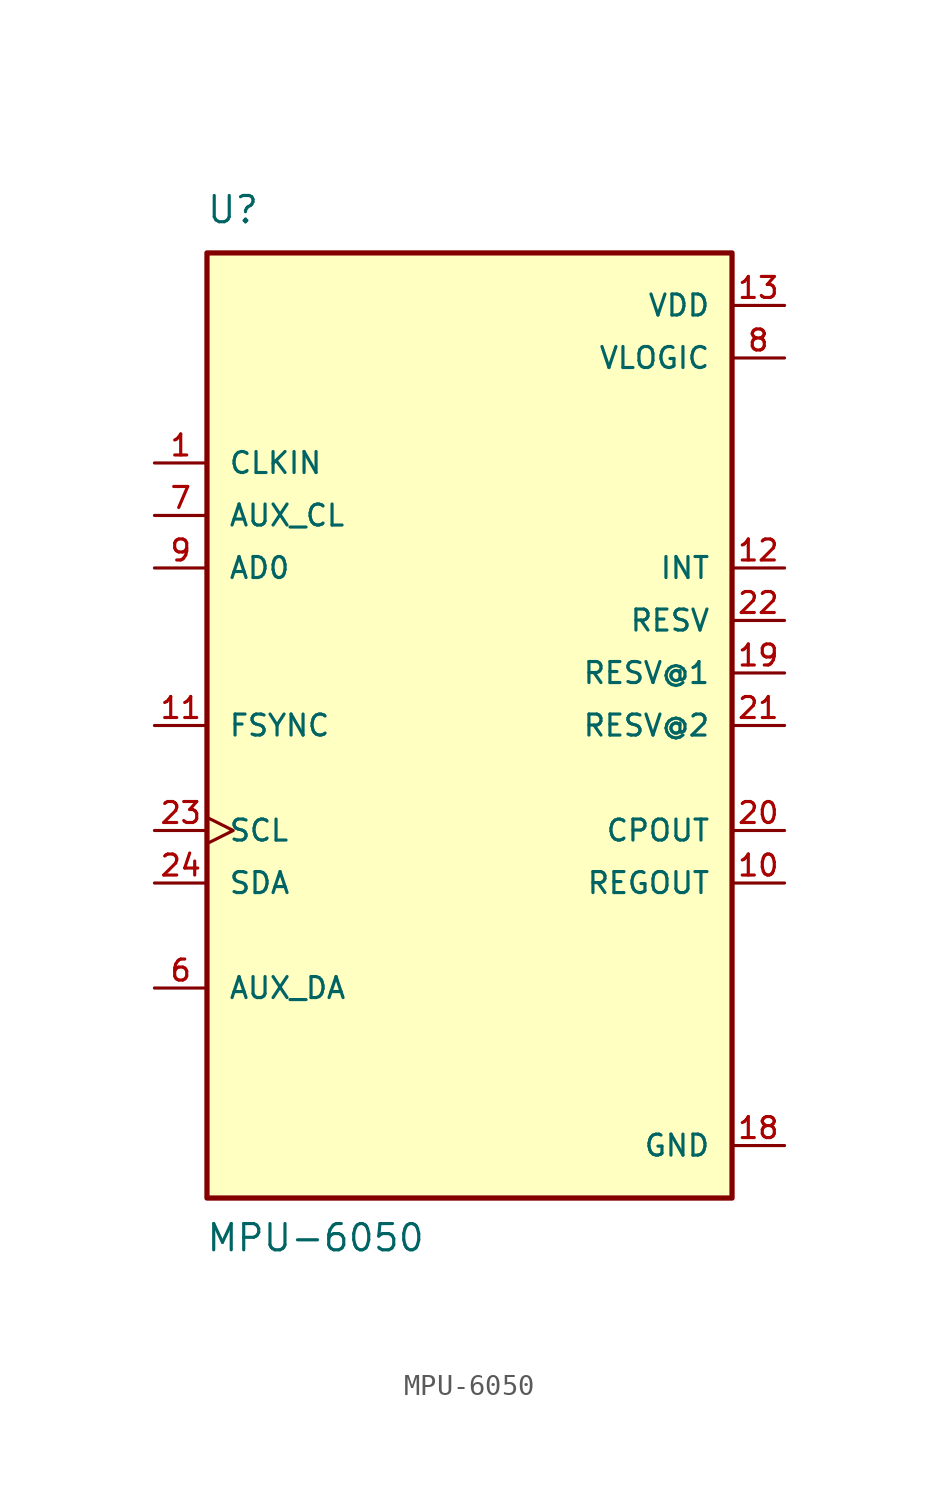
<source format=kicad_sym>
(kicad_symbol_lib
  (version 20211014)
  (generator kicad_symbol_editor)
  (symbol "MPU-6050"
    (pin_names
      (offset 1.016))
    (property "Reference" "U"
      (at -12.751 24.206 0)
      (effects (font (size 1.27 1.27)) (justify left bottom)))
    (property "Value" "MPU-6050"
      (at -12.776 -25.527 0)
      (effects (font (size 1.27 1.27)) (justify left bottom)))
    (property "ki_locked" ""
      (at 0 0 0)
      (effects (font (size 1.27 1.27))))
    (symbol "MPU-6050_0_0"
      (rectangle (start -12.7 -22.86) (end 12.7 22.86) (stroke (width 0.254) (type default) (color 0 0 0 0)) (fill (type background)))
      (pin input line (at -15.24 12.7 0) (length 2.54) (name "CLKIN" (effects (font (size 1.016 1.016)))) (number "1" (effects (font (size 1.016 1.016)))))
      (pin passive line (at 15.24 -7.62 180) (length 2.54) (name "REGOUT" (effects (font (size 1.016 1.016)))) (number "10" (effects (font (size 1.016 1.016)))))
      (pin input line (at -15.24 0 0) (length 2.54) (name "FSYNC" (effects (font (size 1.016 1.016)))) (number "11" (effects (font (size 1.016 1.016)))))
      (pin output line (at 15.24 7.62 180) (length 2.54) (name "INT" (effects (font (size 1.016 1.016)))) (number "12" (effects (font (size 1.016 1.016)))))
      (pin power_in line (at 15.24 20.32 180) (length 2.54) (name "VDD" (effects (font (size 1.016 1.016)))) (number "13" (effects (font (size 1.016 1.016)))))
      (pin power_in line (at 15.24 -20.32 180) (length 2.54) (name "GND" (effects (font (size 1.016 1.016)))) (number "18" (effects (font (size 1.016 1.016)))))
      (pin passive line (at 15.24 2.54 180) (length 2.54) (name "RESV@1" (effects (font (size 1.016 1.016)))) (number "19" (effects (font (size 1.016 1.016)))))
      (pin passive line (at 15.24 -5.08 180) (length 2.54) (name "CPOUT" (effects (font (size 1.016 1.016)))) (number "20" (effects (font (size 1.016 1.016)))))
      (pin passive line (at 15.24 0 180) (length 2.54) (name "RESV@2" (effects (font (size 1.016 1.016)))) (number "21" (effects (font (size 1.016 1.016)))))
      (pin passive line (at 15.24 5.08 180) (length 2.54) (name "RESV" (effects (font (size 1.016 1.016)))) (number "22" (effects (font (size 1.016 1.016)))))
      (pin input clock (at -15.24 -5.08 0) (length 2.54) (name "SCL" (effects (font (size 1.016 1.016)))) (number "23" (effects (font (size 1.016 1.016)))))
      (pin bidirectional line (at -15.24 -7.62 0) (length 2.54) (name "SDA" (effects (font (size 1.016 1.016)))) (number "24" (effects (font (size 1.016 1.016)))))
      (pin bidirectional line (at -15.24 -12.7 0) (length 2.54) (name "AUX_DA" (effects (font (size 1.016 1.016)))) (number "6" (effects (font (size 1.016 1.016)))))
      (pin input line (at -15.24 10.16 0) (length 2.54) (name "AUX_CL" (effects (font (size 1.016 1.016)))) (number "7" (effects (font (size 1.016 1.016)))))
      (pin power_in line (at 15.24 17.78 180) (length 2.54) (name "VLOGIC" (effects (font (size 1.016 1.016)))) (number "8" (effects (font (size 1.016 1.016)))))
      (pin input line (at -15.24 7.62 0) (length 2.54) (name "AD0" (effects (font (size 1.016 1.016)))) (number "9" (effects (font (size 1.016 1.016))))))))
</source>
